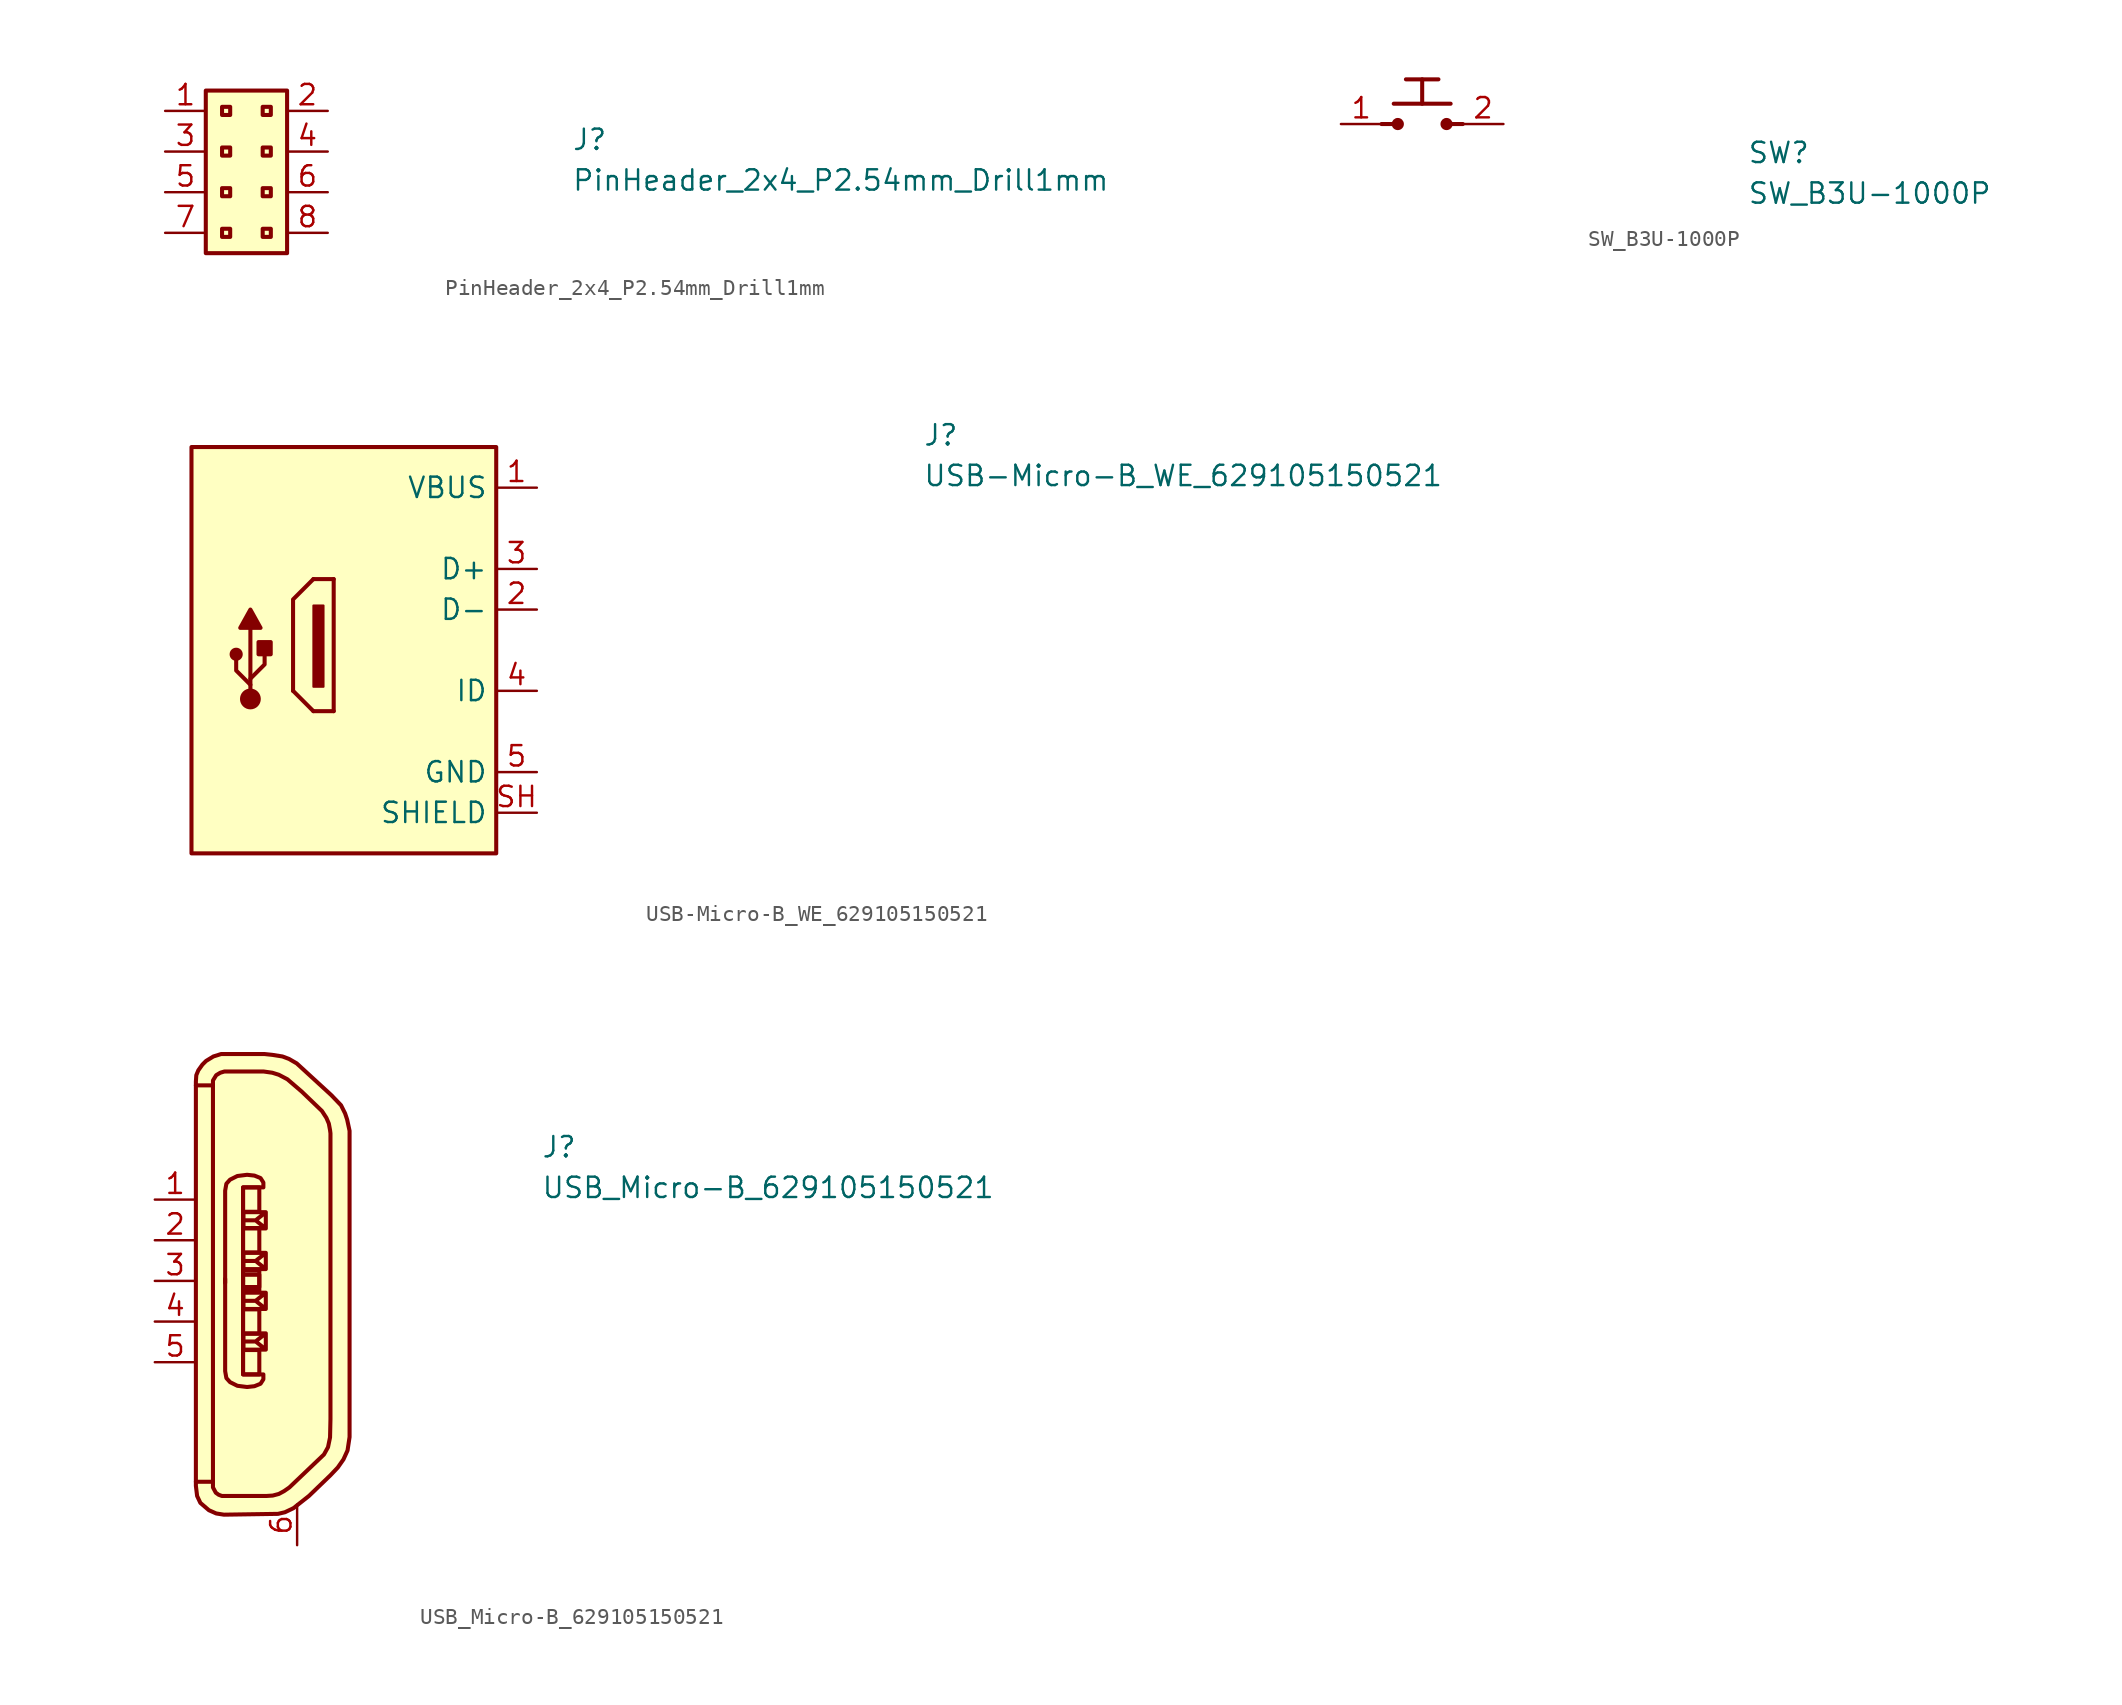
<source format=kicad_sym>
(kicad_symbol_lib
  (version 20211014)
  (generator kicad_symbol_editor)
  (symbol "PinHeader_2x4_P2.54mm_Drill1mm"
    (property "Reference" "J"
      (at 25.4 -2.54 0)
      (effects (font (size 1.27 1.27) (thickness 0.15)) (justify left bottom)))
    (property "Value" "PinHeader_2x4_P2.54mm_Drill1mm"
      (at 25.4 -5.08 0)
      (effects (font (size 1.27 1.27) (thickness 0.15)) (justify left bottom)))
    (symbol "PinHeader_2x4_P2.54mm_Drill1mm_1_1"
      (rectangle (start 2.54 1.27) (end 7.62 -8.89) (stroke (width 0.254) (type default) (color 0 0 0 0)) (fill (type background)))
      (rectangle (start 3.556 -7.366) (end 4.064 -7.874) (stroke (width 0.254) (type default) (color 0 0 0 0)) (fill (type background)))
      (rectangle (start 3.556 -4.826) (end 4.064 -5.334) (stroke (width 0.254) (type default) (color 0 0 0 0)) (fill (type background)))
      (rectangle (start 3.556 -2.286) (end 4.064 -2.794) (stroke (width 0.254) (type default) (color 0 0 0 0)) (fill (type background)))
      (rectangle (start 3.556 0.254) (end 4.064 -0.254) (stroke (width 0.254) (type default) (color 0 0 0 0)) (fill (type background)))
      (rectangle (start 6.096 -7.366) (end 6.604 -7.874) (stroke (width 0.254) (type default) (color 0 0 0 0)) (fill (type background)))
      (rectangle (start 6.096 -4.826) (end 6.604 -5.334) (stroke (width 0.254) (type default) (color 0 0 0 0)) (fill (type background)))
      (rectangle (start 6.096 -2.286) (end 6.604 -2.794) (stroke (width 0.254) (type default) (color 0 0 0 0)) (fill (type background)))
      (rectangle (start 6.096 0.254) (end 6.604 -0.254) (stroke (width 0.254) (type default) (color 0 0 0 0)) (fill (type background)))
      (pin passive line (at 0 0 0) (length 2.54) (name "~" (effects (font (size 1.27 1.27)))) (number "1" (effects (font (size 1.27 1.27)))))
      (pin passive line (at 10.16 0 180) (length 2.54) (name "~" (effects (font (size 1.27 1.27)))) (number "2" (effects (font (size 1.27 1.27)))))
      (pin passive line (at 0 -2.54 0) (length 2.54) (name "~" (effects (font (size 1.27 1.27)))) (number "3" (effects (font (size 1.27 1.27)))))
      (pin passive line (at 10.16 -2.54 180) (length 2.54) (name "~" (effects (font (size 1.27 1.27)))) (number "4" (effects (font (size 1.27 1.27)))))
      (pin passive line (at 0 -5.08 0) (length 2.54) (name "~" (effects (font (size 1.27 1.27)))) (number "5" (effects (font (size 1.27 1.27)))))
      (pin passive line (at 10.16 -5.08 180) (length 2.54) (name "~" (effects (font (size 1.27 1.27)))) (number "6" (effects (font (size 1.27 1.27)))))
      (pin passive line (at 0 -7.62 0) (length 2.54) (name "~" (effects (font (size 1.27 1.27)))) (number "7" (effects (font (size 1.27 1.27)))))
      (pin passive line (at 10.16 -7.62 180) (length 2.54) (name "~" (effects (font (size 1.27 1.27)))) (number "8" (effects (font (size 1.27 1.27)))))))
  (symbol "SW_B3U-1000P"
    (property "Reference" "SW"
      (at 25.4 -2.54 0)
      (effects (font (size 1.27 1.27) (thickness 0.15)) (justify left bottom)))
    (property "Value" "SW_B3U-1000P"
      (at 25.4 -5.08 0)
      (effects (font (size 1.27 1.27) (thickness 0.15)) (justify left bottom)))
    (symbol "SW_B3U-1000P_1_1"
      (polyline (pts (xy 2.54 0) (xy 3.302 0)) (stroke (width 0.254) (type default) (color 0 0 0 0)) (fill (type background)))
      (polyline (pts (xy 3.302 1.27) (xy 6.858 1.27)) (stroke (width 0.254) (type default) (color 0 0 0 0)) (fill (type background)))
      (polyline (pts (xy 4.064 2.794) (xy 6.096 2.794)) (stroke (width 0.254) (type default) (color 0 0 0 0)) (fill (type background)))
      (polyline (pts (xy 5.08 1.27) (xy 5.08 2.794)) (stroke (width 0.254) (type default) (color 0 0 0 0)) (fill (type background)))
      (polyline (pts (xy 7.62 0) (xy 6.858 0)) (stroke (width 0.254) (type default) (color 0 0 0 0)) (fill (type background)))
      (circle (center 3.556 0) (radius 0.254) (stroke (width 0.254) (type default) (color 0 0 0 0)) (fill (type outline)))
      (circle (center 6.604 0) (radius 0.254) (stroke (width 0.254) (type default) (color 0 0 0 0)) (fill (type outline)))
      (pin passive line (at 0 0 0) (length 2.54) (name "~" (effects (font (size 1.27 1.27)))) (number "1" (effects (font (size 1.27 1.27)))))
      (pin passive line (at 10.16 0 180) (length 2.54) (name "~" (effects (font (size 1.27 1.27)))) (number "2" (effects (font (size 1.27 1.27)))))))
  (symbol "USB-Micro-B_WE_629105150521"
    (property "Reference" "J"
      (at 24.13 2.54 0)
      (effects (font (size 1.27 1.27) (thickness 0.15)) (justify left bottom)))
    (property "Value" "USB-Micro-B_WE_629105150521"
      (at 24.13 0 0)
      (effects (font (size 1.27 1.27) (thickness 0.15)) (justify left bottom)))
    (symbol "USB-Micro-B_WE_629105150521_0_1"
      (rectangle (start -13.335 -7.366) (end -13.97 -12.446) (stroke (width 0.127) (type default)) (fill (type outline)))
      (polyline (pts (xy -13.97 -13.97) (xy -15.24 -12.7)) (stroke (width 0.254) (type default)) (fill (type none)))
      (polyline (pts (xy -12.7 -13.97) (xy -13.97 -13.97)) (stroke (width 0.254) (type default)) (fill (type none)))
      (polyline (pts (xy -12.7 -13.97) (xy -12.7 -5.715)) (stroke (width 0.254) (type default)) (fill (type none)))
      (polyline (pts (xy -12.7 -5.715) (xy -13.97 -5.715)) (stroke (width 0.254) (type default)) (fill (type none)))
      (polyline (pts (xy -13.97 -5.715) (xy -15.24 -6.985) (xy -15.24 -12.7)) (stroke (width 0.254) (type default)) (fill (type none))))
    (symbol "USB-Micro-B_WE_629105150521_1_1"
      (rectangle (start -21.59 2.54) (end -2.54 -22.86) (stroke (width 0.254) (type default)) (fill (type background)))
      (circle (center -18.796 -10.414) (radius 0.284) (stroke (width 0.254) (type default)) (fill (type outline)))
      (circle (center -17.907 -13.208) (radius 0.524) (stroke (width 0.254) (type default)) (fill (type outline)))
      (rectangle (start -17.399 -10.414) (end -16.637 -9.652) (stroke (width 0.254) (type default)) (fill (type outline)))
      (polyline (pts (xy -17.907 -13.081) (xy -17.907 -8.763)) (stroke (width 0.254) (type default)) (fill (type background)))
      (polyline (pts (xy -17.907 -12.319) (xy -18.796 -11.43) (xy -18.796 -10.795)) (stroke (width 0.254) (type default)) (fill (type background)))
      (polyline (pts (xy -17.907 -11.938) (xy -17.018 -11.049) (xy -17.018 -10.414)) (stroke (width 0.254) (type default)) (fill (type background)))
      (polyline (pts (xy -18.542 -8.763) (xy -17.907 -7.62) (xy -17.272 -8.763) (xy -18.542 -8.763)) (stroke (width 0.254) (type default)) (fill (type outline)))
      (pin passive line (at 0 0 180) (length 2.54) (name "VBUS" (effects (font (size 1.27 1.27)))) (number "1" (effects (font (size 1.27 1.27)))))
      (pin bidirectional line (at 0 -7.62 180) (length 2.54) (name "D-" (effects (font (size 1.27 1.27)))) (number "2" (effects (font (size 1.27 1.27)))))
      (pin bidirectional line (at 0 -5.08 180) (length 2.54) (name "D+" (effects (font (size 1.27 1.27)))) (number "3" (effects (font (size 1.27 1.27)))))
      (pin bidirectional line (at 0 -12.7 180) (length 2.54) (name "ID" (effects (font (size 1.27 1.27)))) (number "4" (effects (font (size 1.27 1.27)))))
      (pin power_in line (at 0 -17.78 180) (length 2.54) (name "GND" (effects (font (size 1.27 1.27)))) (number "5" (effects (font (size 1.27 1.27)))))
      (pin passive line (at 0 -20.32 180) (length 2.54) (name "SHIELD" (effects (font (size 1.27 1.27)))) (number "SH" (effects (font (size 1.27 1.27)))))))
  (symbol "USB_Micro-B_629105150521"
    (property "Reference" "J"
      (at 24.13 2.54 0)
      (effects (font (size 1.27 1.27) (thickness 0.15)) (justify left bottom)))
    (property "Value" "USB_Micro-B_629105150521"
      (at 24.13 0 0)
      (effects (font (size 1.27 1.27) (thickness 0.15)) (justify left bottom)))
    (symbol "USB_Micro-B_629105150521_1_1"
      (polyline (pts (xy 3.632 7.163) (xy 3.632 -17.628)) (stroke (width 0.254) (type default) (color 0 0 0 0)) (fill (type background)))
      (polyline (pts (xy 6.934 -9.373) (xy 6.934 -8.357) (xy 5.537 -8.357) (xy 5.537 -9.373) (xy 6.934 -9.373) (xy 6.299 -8.865) (xy 6.934 -8.357) (xy 5.537 -8.357) (xy 5.537 -8.865) (xy 6.299 -8.865)) (stroke (width 0.254) (type default) (color 0 0 0 0)) (fill (type background)))
      (polyline (pts (xy 6.934 -6.833) (xy 6.934 -5.817) (xy 5.537 -5.817) (xy 5.537 -6.833) (xy 6.934 -6.833) (xy 6.299 -6.325) (xy 6.934 -5.817) (xy 5.537 -5.817) (xy 5.537 -6.325) (xy 6.299 -6.325)) (stroke (width 0.254) (type default) (color 0 0 0 0)) (fill (type background)))
      (polyline (pts (xy 6.934 -3.327) (xy 6.934 -4.343) (xy 5.537 -4.343) (xy 5.537 -3.327) (xy 6.934 -3.327) (xy 6.299 -3.835) (xy 6.934 -4.343) (xy 5.537 -4.343) (xy 5.537 -3.835) (xy 6.299 -3.835)) (stroke (width 0.254) (type default) (color 0 0 0 0)) (fill (type background)))
      (polyline (pts (xy 6.934 -0.787) (xy 6.934 -1.803) (xy 5.537 -1.803) (xy 5.537 -0.787) (xy 6.934 -0.787) (xy 6.299 -1.295) (xy 6.934 -1.803) (xy 5.537 -1.803) (xy 5.537 -1.295) (xy 6.299 -1.295)) (stroke (width 0.254) (type default) (color 0 0 0 0)) (fill (type background)))
      (polyline (pts (xy 5.512 -5.105) (xy 5.512 0.762) (xy 6.782 0.762) (xy 6.782 1.067) (xy 6.604 1.346) (xy 6.223 1.499) (xy 5.766 1.549) (xy 5.156 1.473) (xy 4.699 1.245) (xy 4.47 0.991) (xy 4.394 0.559) (xy 4.394 -0.279) (xy 4.394 -5.207)) (stroke (width 0.254) (type default) (color 0 0 0 0)) (fill (type background)))
      (polyline (pts (xy 5.512 -5.055) (xy 5.512 -10.922) (xy 6.782 -10.922) (xy 6.782 -11.227) (xy 6.604 -11.506) (xy 6.223 -11.659) (xy 5.766 -11.709) (xy 5.156 -11.633) (xy 4.699 -11.405) (xy 4.47 -11.151) (xy 4.394 -10.719) (xy 4.394 -9.881) (xy 4.394 -4.953)) (stroke (width 0.254) (type default) (color 0 0 0 0)) (fill (type background)))
      (polyline (pts (xy 2.565 -17.628) (xy 3.581 -17.628) (xy 3.632 -17.628) (xy 3.632 -17.983) (xy 3.81 -18.313) (xy 3.988 -18.44) (xy 4.191 -18.517) (xy 6.96 -18.517) (xy 7.366 -18.491) (xy 7.747 -18.39) (xy 8.077 -18.212) (xy 8.407 -17.983) (xy 10.566 -15.926) (xy 10.82 -15.469) (xy 10.947 -14.859) (xy 10.973 -13.716) (xy 10.973 4.14) (xy 10.947 4.343) (xy 10.871 4.75) (xy 10.719 5.105) (xy 10.439 5.537) (xy 9.169 6.756) (xy 8.28 7.518) (xy 7.747 7.798) (xy 7.341 7.925) (xy 6.807 8.001) (xy 4.343 8.001) (xy 4.089 7.925) (xy 3.835 7.772) (xy 3.632 7.442) (xy 3.632 7.137) (xy 2.565 7.137)) (stroke (width 0.254) (type default) (color 0 0 0 0)) (fill (type background)))
      (polyline (pts (xy 2.565 -16.561) (xy 2.565 -17.882) (xy 2.642 -18.517) (xy 2.845 -18.948) (xy 3.378 -19.406) (xy 3.835 -19.609) (xy 4.318 -19.685) (xy 7.696 -19.634) (xy 8.128 -19.533) (xy 8.661 -19.279) (xy 9.627 -18.517) (xy 10.973 -17.221) (xy 11.43 -16.739) (xy 11.786 -16.231) (xy 12.04 -15.672) (xy 12.167 -14.834) (xy 12.167 4.293) (xy 12.014 5.004) (xy 11.887 5.385) (xy 11.633 5.893) (xy 11.024 6.528) (xy 8.865 8.509) (xy 8.382 8.788) (xy 7.976 8.941) (xy 7.341 9.042) (xy 6.858 9.093) (xy 4.14 9.093) (xy 3.658 8.941) (xy 3.2 8.661) (xy 2.972 8.433) (xy 2.718 8.077) (xy 2.591 7.772) (xy 2.565 7.366) (xy 2.565 -16.586)) (stroke (width 0.254) (type default) (color 0 0 0 0)) (fill (type background)))
      (rectangle (start 5.512 -10.922) (end 6.528 -9.398) (stroke (width 0.254) (type default) (color 0 0 0 0)) (fill (type background)))
      (rectangle (start 5.512 -6.858) (end 6.528 -8.382) (stroke (width 0.254) (type default) (color 0 0 0 0)) (fill (type background)))
      (rectangle (start 5.512 -5.461) (end 6.528 -4.445) (stroke (width 0.254) (type default) (color 0 0 0 0)) (fill (type background)))
      (rectangle (start 5.512 -4.699) (end 6.528 -5.715) (stroke (width 0.254) (type default) (color 0 0 0 0)) (fill (type background)))
      (rectangle (start 5.512 -3.302) (end 6.528 -1.778) (stroke (width 0.254) (type default) (color 0 0 0 0)) (fill (type background)))
      (rectangle (start 5.512 0.762) (end 6.528 -0.762) (stroke (width 0.254) (type default) (color 0 0 0 0)) (fill (type background)))
      (pin passive line (at 0 0 0) (length 2.54) (name "~" (effects (font (size 1.27 1.27)))) (number "1" (effects (font (size 1.27 1.27)))))
      (pin passive line (at 0 -2.54 0) (length 2.54) (name "~" (effects (font (size 1.27 1.27)))) (number "2" (effects (font (size 1.27 1.27)))))
      (pin passive line (at 0 -5.08 0) (length 2.54) (name "~" (effects (font (size 1.27 1.27)))) (number "3" (effects (font (size 1.27 1.27)))))
      (pin passive line (at 0 -7.62 0) (length 2.54) (name "~" (effects (font (size 1.27 1.27)))) (number "4" (effects (font (size 1.27 1.27)))))
      (pin passive line (at 0 -10.16 0) (length 2.54) (name "~" (effects (font (size 1.27 1.27)))) (number "5" (effects (font (size 1.27 1.27)))))
      (pin passive line (at 8.89 -21.59 90) (length 2.54) (name "~" (effects (font (size 1.27 1.27)))) (number "6" (effects (font (size 1.27 1.27))))))))
</source>
